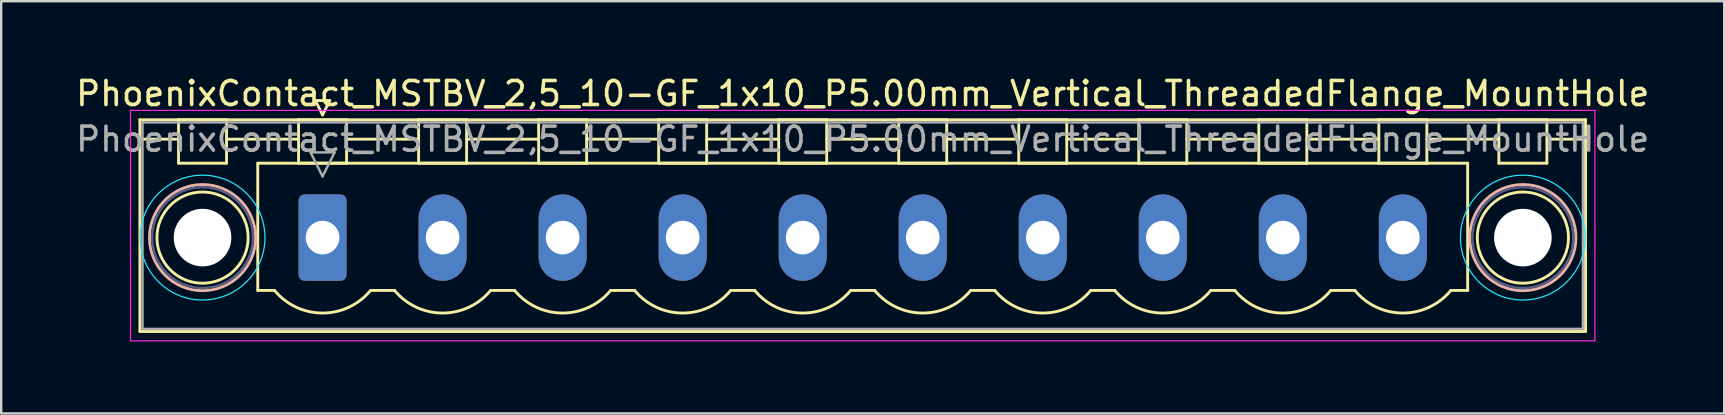
<source format=kicad_pcb>
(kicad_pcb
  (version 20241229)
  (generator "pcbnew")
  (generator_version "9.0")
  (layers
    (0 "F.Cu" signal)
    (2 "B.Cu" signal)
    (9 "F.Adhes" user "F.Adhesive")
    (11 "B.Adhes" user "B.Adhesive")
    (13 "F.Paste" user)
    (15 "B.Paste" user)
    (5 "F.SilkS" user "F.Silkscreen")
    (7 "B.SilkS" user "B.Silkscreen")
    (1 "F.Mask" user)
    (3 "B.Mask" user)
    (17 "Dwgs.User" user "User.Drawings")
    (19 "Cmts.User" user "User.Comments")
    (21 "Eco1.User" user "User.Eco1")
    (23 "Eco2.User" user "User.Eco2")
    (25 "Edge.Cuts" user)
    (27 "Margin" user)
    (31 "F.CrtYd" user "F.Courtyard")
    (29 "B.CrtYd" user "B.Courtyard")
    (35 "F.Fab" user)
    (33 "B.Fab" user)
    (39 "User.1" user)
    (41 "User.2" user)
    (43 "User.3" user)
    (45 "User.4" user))
  (footprint "PhoenixContact_MSTBV_2,5_10-GF_1x10_P5.00mm_Vertical_ThreadedFlange_MountHole"
    (layer "F.Cu")
    (at 10.387 6.848)
    (property "Reference" "PhoenixContact_MSTBV_2,5_10-GF_1x10_P5.00mm_Vertical_ThreadedFlange_MountHole" (at 22.5 -6 0) (layer "F.SilkS") (effects (font (size 1 1) (thickness 0.15))))
    (attr through_hole)
    (fp_line (start -7.61 -4.91) (end -7.61 3.91) (stroke (width 0.12) (type solid)) (layer "F.SilkS"))
    (fp_line (start -7.61 -4.1) (end -6.11 -4.1) (stroke (width 0.12) (type solid)) (layer "F.SilkS"))
    (fp_line (start -7.61 3.91) (end 52.61 3.91) (stroke (width 0.12) (type solid)) (layer "F.SilkS"))
    (fp_line (start -6 -4.91) (end -4 -4.91) (stroke (width 0.12) (type solid)) (layer "F.SilkS"))
    (fp_line (start -6 -3.1) (end -6 -4.91) (stroke (width 0.12) (type solid)) (layer "F.SilkS"))
    (fp_line (start -4 -4.91) (end -4 -3.1) (stroke (width 0.12) (type solid)) (layer "F.SilkS"))
    (fp_line (start -4 -4.1) (end -1 -4.1) (stroke (width 0.12) (type solid)) (layer "F.SilkS"))
    (fp_line (start -4 -3.1) (end -6 -3.1) (stroke (width 0.12) (type solid)) (layer "F.SilkS"))
    (fp_line (start -2.7 -3.1) (end 47.7 -3.1) (stroke (width 0.12) (type solid)) (layer "F.SilkS"))
    (fp_line (start -2.7 2.2) (end -2.7 -3.1) (stroke (width 0.12) (type solid)) (layer "F.SilkS"))
    (fp_line (start -2 2.2) (end -2.7 2.2) (stroke (width 0.12) (type solid)) (layer "F.SilkS"))
    (fp_line (start -1 -4.91) (end 1 -4.91) (stroke (width 0.12) (type solid)) (layer "F.SilkS"))
    (fp_line (start -1 -3.1) (end -1 -4.91) (stroke (width 0.12) (type solid)) (layer "F.SilkS"))
    (fp_line (start -0.3 -5.71) (end 0.3 -5.71) (stroke (width 0.12) (type solid)) (layer "F.SilkS"))
    (fp_line (start 0 -5.11) (end -0.3 -5.71) (stroke (width 0.12) (type solid)) (layer "F.SilkS"))
    (fp_line (start 0.3 -5.71) (end 0 -5.11) (stroke (width 0.12) (type solid)) (layer "F.SilkS"))
    (fp_line (start 1 -4.91) (end 1 -3.1) (stroke (width 0.12) (type solid)) (layer "F.SilkS"))
    (fp_line (start 1 -4.1) (end 4 -4.1) (stroke (width 0.12) (type solid)) (layer "F.SilkS"))
    (fp_line (start 1 -3.1) (end -1 -3.1) (stroke (width 0.12) (type solid)) (layer "F.SilkS"))
    (fp_line (start 2 2.2) (end 3 2.2) (stroke (width 0.12) (type solid)) (layer "F.SilkS"))
    (fp_line (start 4 -4.91) (end 6 -4.91) (stroke (width 0.12) (type solid)) (layer "F.SilkS"))
    (fp_line (start 4 -3.1) (end 4 -4.91) (stroke (width 0.12) (type solid)) (layer "F.SilkS"))
    (fp_line (start 6 -4.91) (end 6 -3.1) (stroke (width 0.12) (type solid)) (layer "F.SilkS"))
    (fp_line (start 6 -4.1) (end 9 -4.1) (stroke (width 0.12) (type solid)) (layer "F.SilkS"))
    (fp_line (start 6 -3.1) (end 4 -3.1) (stroke (width 0.12) (type solid)) (layer "F.SilkS"))
    (fp_line (start 7 2.2) (end 8 2.2) (stroke (width 0.12) (type solid)) (layer "F.SilkS"))
    (fp_line (start 9 -4.91) (end 11 -4.91) (stroke (width 0.12) (type solid)) (layer "F.SilkS"))
    (fp_line (start 9 -3.1) (end 9 -4.91) (stroke (width 0.12) (type solid)) (layer "F.SilkS"))
    (fp_line (start 11 -4.91) (end 11 -3.1) (stroke (width 0.12) (type solid)) (layer "F.SilkS"))
    (fp_line (start 11 -4.1) (end 14 -4.1) (stroke (width 0.12) (type solid)) (layer "F.SilkS"))
    (fp_line (start 11 -3.1) (end 9 -3.1) (stroke (width 0.12) (type solid)) (layer "F.SilkS"))
    (fp_line (start 12 2.2) (end 13 2.2) (stroke (width 0.12) (type solid)) (layer "F.SilkS"))
    (fp_line (start 14 -4.91) (end 16 -4.91) (stroke (width 0.12) (type solid)) (layer "F.SilkS"))
    (fp_line (start 14 -3.1) (end 14 -4.91) (stroke (width 0.12) (type solid)) (layer "F.SilkS"))
    (fp_line (start 16 -4.91) (end 16 -3.1) (stroke (width 0.12) (type solid)) (layer "F.SilkS"))
    (fp_line (start 16 -4.1) (end 19 -4.1) (stroke (width 0.12) (type solid)) (layer "F.SilkS"))
    (fp_line (start 16 -3.1) (end 14 -3.1) (stroke (width 0.12) (type solid)) (layer "F.SilkS"))
    (fp_line (start 17 2.2) (end 18 2.2) (stroke (width 0.12) (type solid)) (layer "F.SilkS"))
    (fp_line (start 19 -4.91) (end 21 -4.91) (stroke (width 0.12) (type solid)) (layer "F.SilkS"))
    (fp_line (start 19 -3.1) (end 19 -4.91) (stroke (width 0.12) (type solid)) (layer "F.SilkS"))
    (fp_line (start 21 -4.91) (end 21 -3.1) (stroke (width 0.12) (type solid)) (layer "F.SilkS"))
    (fp_line (start 21 -4.1) (end 24 -4.1) (stroke (width 0.12) (type solid)) (layer "F.SilkS"))
    (fp_line (start 21 -3.1) (end 19 -3.1) (stroke (width 0.12) (type solid)) (layer "F.SilkS"))
    (fp_line (start 22 2.2) (end 23 2.2) (stroke (width 0.12) (type solid)) (layer "F.SilkS"))
    (fp_line (start 24 -4.91) (end 26 -4.91) (stroke (width 0.12) (type solid)) (layer "F.SilkS"))
    (fp_line (start 24 -3.1) (end 24 -4.91) (stroke (width 0.12) (type solid)) (layer "F.SilkS"))
    (fp_line (start 26 -4.91) (end 26 -3.1) (stroke (width 0.12) (type solid)) (layer "F.SilkS"))
    (fp_line (start 26 -4.1) (end 29 -4.1) (stroke (width 0.12) (type solid)) (layer "F.SilkS"))
    (fp_line (start 26 -3.1) (end 24 -3.1) (stroke (width 0.12) (type solid)) (layer "F.SilkS"))
    (fp_line (start 27 2.2) (end 28 2.2) (stroke (width 0.12) (type solid)) (layer "F.SilkS"))
    (fp_line (start 29 -4.91) (end 31 -4.91) (stroke (width 0.12) (type solid)) (layer "F.SilkS"))
    (fp_line (start 29 -3.1) (end 29 -4.91) (stroke (width 0.12) (type solid)) (layer "F.SilkS"))
    (fp_line (start 31 -4.91) (end 31 -3.1) (stroke (width 0.12) (type solid)) (layer "F.SilkS"))
    (fp_line (start 31 -4.1) (end 34 -4.1) (stroke (width 0.12) (type solid)) (layer "F.SilkS"))
    (fp_line (start 31 -3.1) (end 29 -3.1) (stroke (width 0.12) (type solid)) (layer "F.SilkS"))
    (fp_line (start 32 2.2) (end 33 2.2) (stroke (width 0.12) (type solid)) (layer "F.SilkS"))
    (fp_line (start 34 -4.91) (end 36 -4.91) (stroke (width 0.12) (type solid)) (layer "F.SilkS"))
    (fp_line (start 34 -3.1) (end 34 -4.91) (stroke (width 0.12) (type solid)) (layer "F.SilkS"))
    (fp_line (start 36 -4.91) (end 36 -3.1) (stroke (width 0.12) (type solid)) (layer "F.SilkS"))
    (fp_line (start 36 -4.1) (end 39 -4.1) (stroke (width 0.12) (type solid)) (layer "F.SilkS"))
    (fp_line (start 36 -3.1) (end 34 -3.1) (stroke (width 0.12) (type solid)) (layer "F.SilkS"))
    (fp_line (start 37 2.2) (end 38 2.2) (stroke (width 0.12) (type solid)) (layer "F.SilkS"))
    (fp_line (start 39 -4.91) (end 41 -4.91) (stroke (width 0.12) (type solid)) (layer "F.SilkS"))
    (fp_line (start 39 -3.1) (end 39 -4.91) (stroke (width 0.12) (type solid)) (layer "F.SilkS"))
    (fp_line (start 41 -4.91) (end 41 -3.1) (stroke (width 0.12) (type solid)) (layer "F.SilkS"))
    (fp_line (start 41 -4.1) (end 44 -4.1) (stroke (width 0.12) (type solid)) (layer "F.SilkS"))
    (fp_line (start 41 -3.1) (end 39 -3.1) (stroke (width 0.12) (type solid)) (layer "F.SilkS"))
    (fp_line (start 42 2.2) (end 43 2.2) (stroke (width 0.12) (type solid)) (layer "F.SilkS"))
    (fp_line (start 44 -4.91) (end 46 -4.91) (stroke (width 0.12) (type solid)) (layer "F.SilkS"))
    (fp_line (start 44 -3.1) (end 44 -4.91) (stroke (width 0.12) (type solid)) (layer "F.SilkS"))
    (fp_line (start 46 -4.91) (end 46 -3.1) (stroke (width 0.12) (type solid)) (layer "F.SilkS"))
    (fp_line (start 46 -4.1) (end 49 -4.1) (stroke (width 0.12) (type solid)) (layer "F.SilkS"))
    (fp_line (start 46 -3.1) (end 44 -3.1) (stroke (width 0.12) (type solid)) (layer "F.SilkS"))
    (fp_line (start 47.7 -3.1) (end 47.7 2.2) (stroke (width 0.12) (type solid)) (layer "F.SilkS"))
    (fp_line (start 47.7 2.2) (end 47 2.2) (stroke (width 0.12) (type solid)) (layer "F.SilkS"))
    (fp_line (start 49 -4.91) (end 51 -4.91) (stroke (width 0.12) (type solid)) (layer "F.SilkS"))
    (fp_line (start 49 -3.1) (end 49 -4.91) (stroke (width 0.12) (type solid)) (layer "F.SilkS"))
    (fp_line (start 51 -4.91) (end 51 -3.1) (stroke (width 0.12) (type solid)) (layer "F.SilkS"))
    (fp_line (start 51 -3.1) (end 49 -3.1) (stroke (width 0.12) (type solid)) (layer "F.SilkS"))
    (fp_line (start 52.61 -4.91) (end -7.61 -4.91) (stroke (width 0.12) (type solid)) (layer "F.SilkS"))
    (fp_line (start 52.61 -4.1) (end 51.11 -4.1) (stroke (width 0.12) (type solid)) (layer "F.SilkS"))
    (fp_line (start 52.61 3.91) (end 52.61 -4.91) (stroke (width 0.12) (type solid)) (layer "F.SilkS"))
    (fp_arc (start 1.986842 2.215821) (mid -0.010289 3.142758) (end -2 2.2) (stroke (width 0.12) (type solid)) (layer "F.SilkS"))
    (fp_arc (start 6.986842 2.215821) (mid 4.989711 3.142758) (end 3 2.2) (stroke (width 0.12) (type solid)) (layer "F.SilkS"))
    (fp_arc (start 11.986842 2.215821) (mid 9.989711 3.142758) (end 8 2.2) (stroke (width 0.12) (type solid)) (layer "F.SilkS"))
    (fp_arc (start 16.986842 2.215821) (mid 14.989711 3.142758) (end 13 2.2) (stroke (width 0.12) (type solid)) (layer "F.SilkS"))
    (fp_arc (start 21.986842 2.215821) (mid 19.989711 3.142758) (end 18 2.2) (stroke (width 0.12) (type solid)) (layer "F.SilkS"))
    (fp_arc (start 26.986842 2.215821) (mid 24.989711 3.142758) (end 23 2.2) (stroke (width 0.12) (type solid)) (layer "F.SilkS"))
    (fp_arc (start 31.986842 2.215821) (mid 29.989711 3.142758) (end 28 2.2) (stroke (width 0.12) (type solid)) (layer "F.SilkS"))
    (fp_arc (start 36.986842 2.215821) (mid 34.989711 3.142758) (end 33 2.2) (stroke (width 0.12) (type solid)) (layer "F.SilkS"))
    (fp_arc (start 41.986842 2.215821) (mid 39.989711 3.142758) (end 38 2.2) (stroke (width 0.12) (type solid)) (layer "F.SilkS"))
    (fp_arc (start 46.986842 2.215821) (mid 44.989711 3.142758) (end 43 2.2) (stroke (width 0.12) (type solid)) (layer "F.SilkS"))
    (fp_circle (center -5 0) (end -3.1 0) (stroke (width 0.12) (type solid)) (fill no) (layer "F.SilkS"))
    (fp_circle (center 50 0) (end 51.9 0) (stroke (width 0.12) (type solid)) (fill no) (layer "F.SilkS"))
    (fp_circle (center -5 0) (end -2.79 0) (stroke (width 0.12) (type solid)) (fill no) (layer "B.SilkS"))
    (fp_circle (center 50 0) (end 52.21 0) (stroke (width 0.12) (type solid)) (fill no) (layer "B.SilkS"))
    (fp_circle (center -5 0) (end -2.4 0) (stroke (width 0.05) (type solid)) (fill no) (layer "B.CrtYd"))
    (fp_circle (center 50 0) (end 52.6 0) (stroke (width 0.05) (type solid)) (fill no) (layer "B.CrtYd"))
    (fp_line (start -8 -5.3) (end -8 4.3) (stroke (width 0.05) (type solid)) (layer "F.CrtYd"))
    (fp_line (start -8 4.3) (end 53 4.3) (stroke (width 0.05) (type solid)) (layer "F.CrtYd"))
    (fp_line (start 53 -5.3) (end -8 -5.3) (stroke (width 0.05) (type solid)) (layer "F.CrtYd"))
    (fp_line (start 53 4.3) (end 53 -5.3) (stroke (width 0.05) (type solid)) (layer "F.CrtYd"))
    (fp_circle (center -5 0) (end -2.9 0) (stroke (width 0.1) (type solid)) (fill no) (layer "B.Fab"))
    (fp_circle (center 50 0) (end 52.1 0) (stroke (width 0.1) (type solid)) (fill no) (layer "B.Fab"))
    (fp_line (start -7.5 -4.8) (end -7.5 3.8) (stroke (width 0.1) (type solid)) (layer "F.Fab"))
    (fp_line (start -7.5 3.8) (end 52.5 3.8) (stroke (width 0.1) (type solid)) (layer "F.Fab"))
    (fp_line (start -0.5 -3.55) (end 0.5 -3.55) (stroke (width 0.1) (type solid)) (layer "F.Fab"))
    (fp_line (start 0 -2.55) (end -0.5 -3.55) (stroke (width 0.1) (type solid)) (layer "F.Fab"))
    (fp_line (start 0.5 -3.55) (end 0 -2.55) (stroke (width 0.1) (type solid)) (layer "F.Fab"))
    (fp_line (start 52.5 -4.8) (end -7.5 -4.8) (stroke (width 0.1) (type solid)) (layer "F.Fab"))
    (fp_line (start 52.5 3.8) (end 52.5 -4.8) (stroke (width 0.1) (type solid)) (layer "F.Fab"))
    (fp_text user "${REFERENCE}" (at 22.5 -4.1 0) (layer "F.Fab") (effects (font (size 1 1) (thickness 0.15))))
    (pad "" np_thru_hole circle (at -5 0) (size 2.4 2.4) (drill 2.4) (layers "*.Cu" "*.Mask"))
    (pad "" np_thru_hole circle (at 50 0) (size 2.4 2.4) (drill 2.4) (layers "*.Cu" "*.Mask"))
    (pad "1" thru_hole roundrect (at 0 0) (size 2 3.6) (drill 1.4) (layers "*.Cu" "*.Mask") (roundrect_rratio 0.125))
    (pad "2" thru_hole oval (at 5 0) (size 2 3.6) (drill 1.4) (layers "*.Cu" "*.Mask"))
    (pad "3" thru_hole oval (at 10 0) (size 2 3.6) (drill 1.4) (layers "*.Cu" "*.Mask"))
    (pad "4" thru_hole oval (at 15 0) (size 2 3.6) (drill 1.4) (layers "*.Cu" "*.Mask"))
    (pad "5" thru_hole oval (at 20 0) (size 2 3.6) (drill 1.4) (layers "*.Cu" "*.Mask"))
    (pad "6" thru_hole oval (at 25 0) (size 2 3.6) (drill 1.4) (layers "*.Cu" "*.Mask"))
    (pad "7" thru_hole oval (at 30 0) (size 2 3.6) (drill 1.4) (layers "*.Cu" "*.Mask"))
    (pad "8" thru_hole oval (at 35 0) (size 2 3.6) (drill 1.4) (layers "*.Cu" "*.Mask"))
    (pad "9" thru_hole oval (at 40 0) (size 2 3.6) (drill 1.4) (layers "*.Cu" "*.Mask"))
    (pad "10" thru_hole oval (at 45 0) (size 2 3.6) (drill 1.4) (layers "*.Cu" "*.Mask")))
  (gr_rect
    (start -3 -3)
    (end 68.774 14.173)
    (stroke (width 0.1) (type default))
    (fill no)
    (layer "Edge.Cuts")))
</source>
